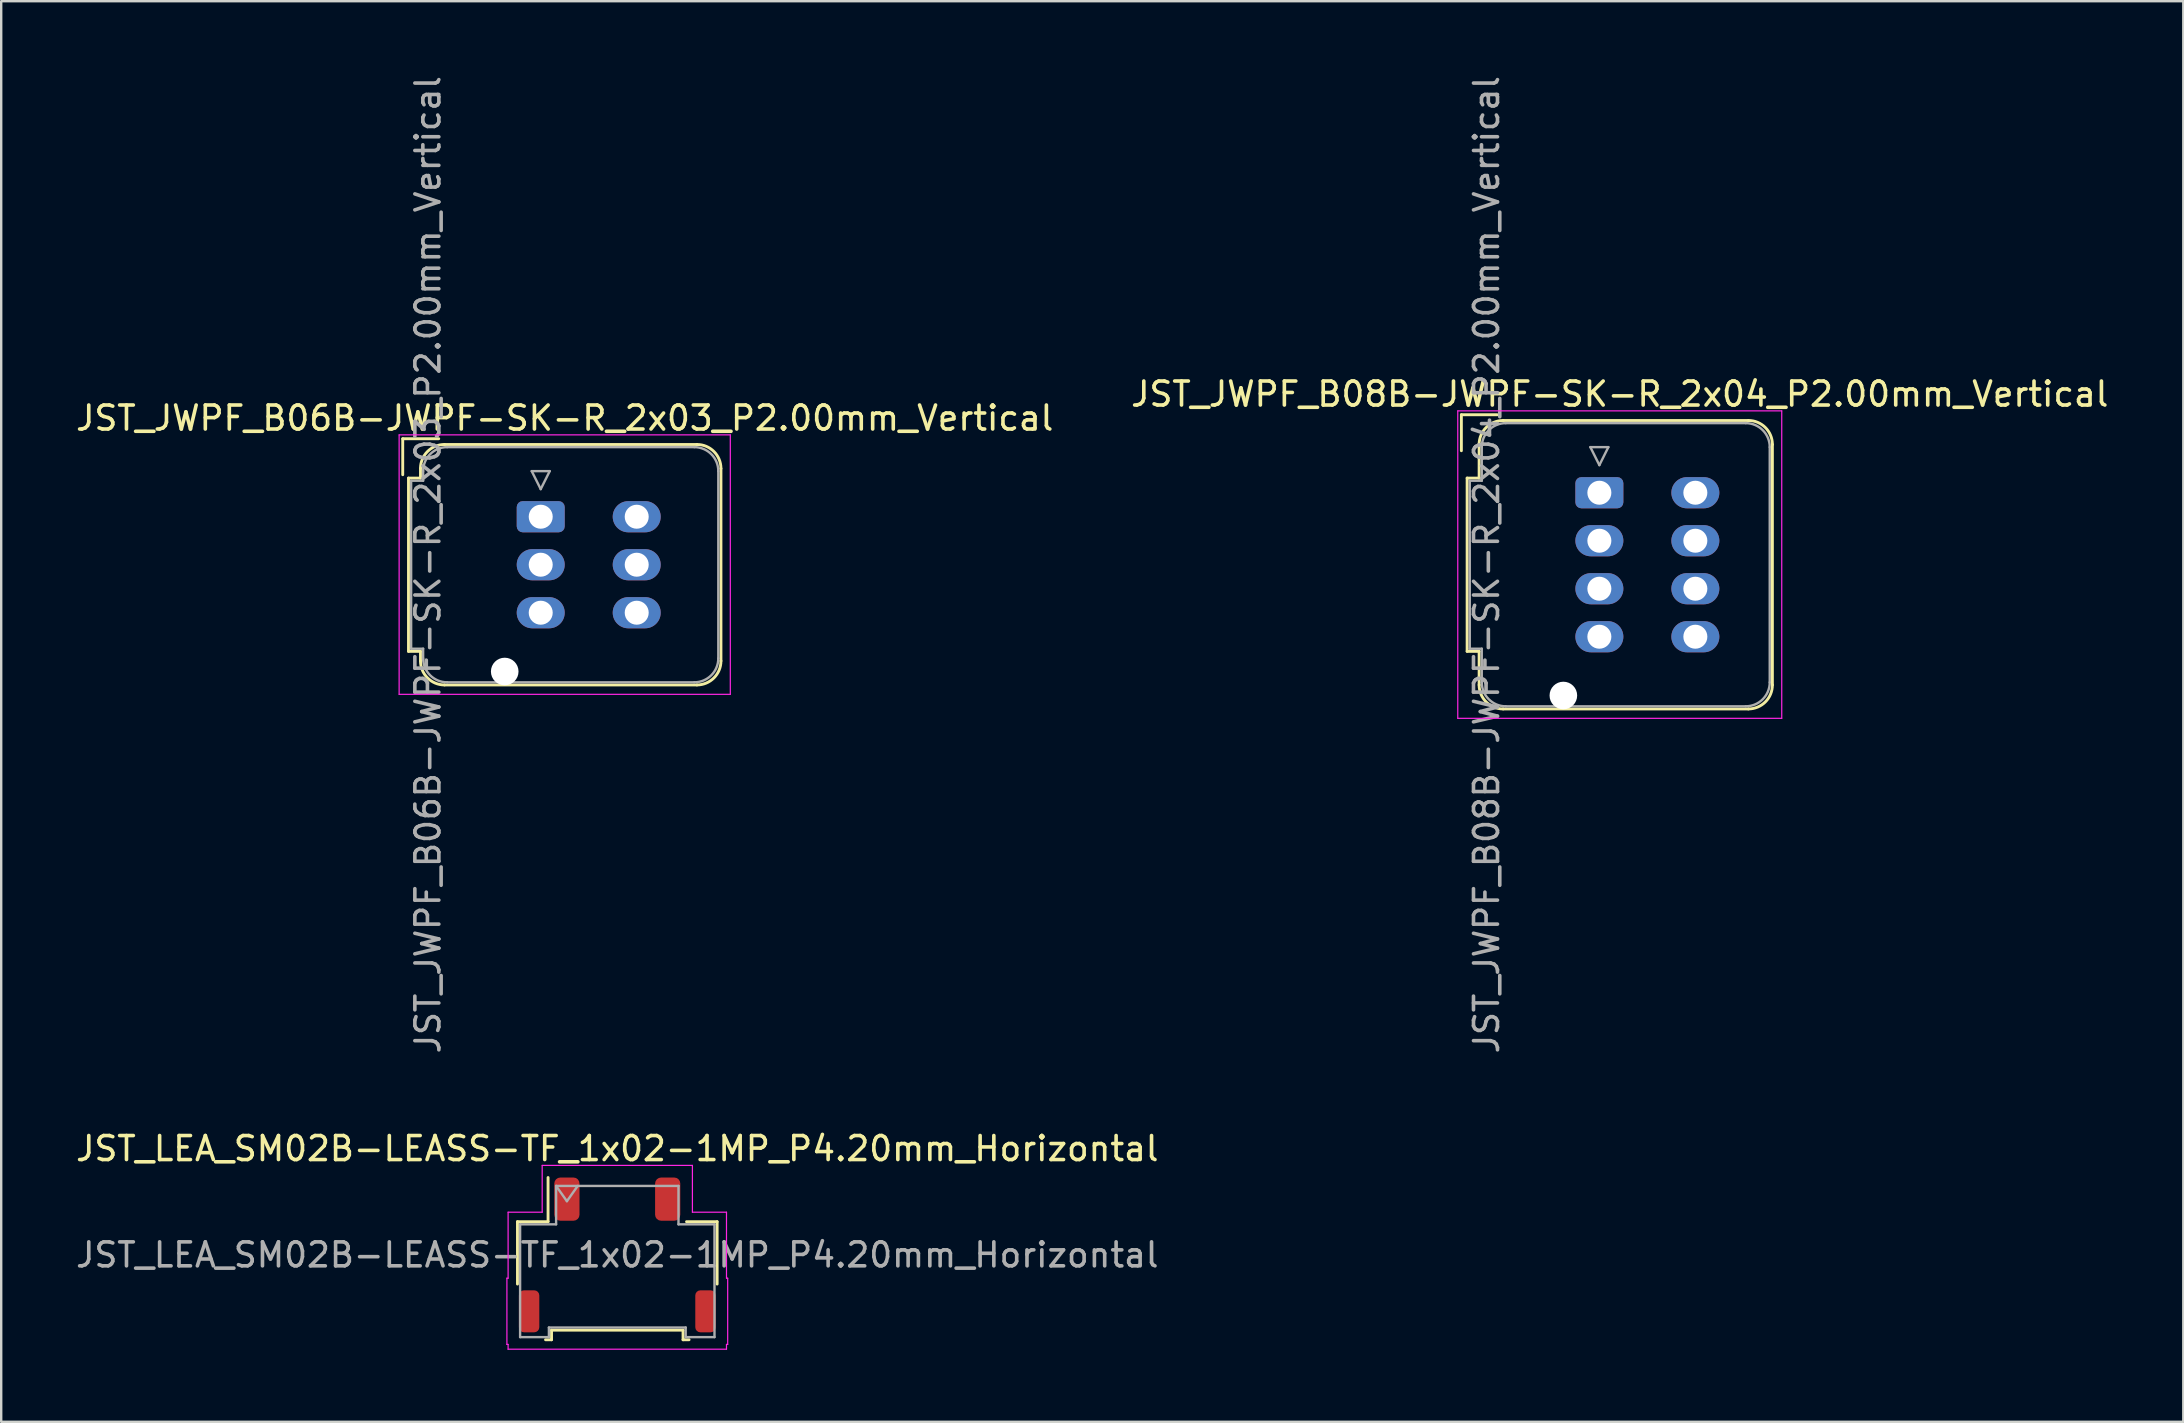
<source format=kicad_pcb>
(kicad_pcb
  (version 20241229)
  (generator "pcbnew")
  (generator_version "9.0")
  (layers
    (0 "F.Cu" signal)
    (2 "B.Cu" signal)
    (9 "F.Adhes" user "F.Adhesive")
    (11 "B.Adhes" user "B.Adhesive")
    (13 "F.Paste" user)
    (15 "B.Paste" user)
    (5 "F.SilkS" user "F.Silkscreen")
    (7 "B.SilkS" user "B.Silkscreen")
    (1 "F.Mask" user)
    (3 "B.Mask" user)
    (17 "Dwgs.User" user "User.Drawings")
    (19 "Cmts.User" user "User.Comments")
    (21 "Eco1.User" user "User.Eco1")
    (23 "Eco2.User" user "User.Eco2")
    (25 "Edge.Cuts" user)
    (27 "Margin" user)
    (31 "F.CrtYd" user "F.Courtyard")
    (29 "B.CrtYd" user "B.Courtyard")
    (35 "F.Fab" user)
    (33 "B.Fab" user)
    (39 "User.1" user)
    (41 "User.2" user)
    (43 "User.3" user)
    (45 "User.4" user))
  (footprint "JST_JWPF_B08B-JWPF-SK-R_2x04_P2.00mm_Vertical"
    (layer "F.Cu")
    (at 63.596 17.482)
    (property "Reference" "JST_JWPF_B08B-JWPF-SK-R_2x04_P2.00mm_Vertical" (at 0.85 -4.11 0) (layer "F.SilkS") (effects (font (size 1 1) (thickness 0.15))))
    (attr through_hole)
    (fp_line (start -5.75 -3.25) (end -4.25 -3.25) (stroke (width 0.12) (type solid)) (layer "F.SilkS"))
    (fp_line (start -5.75 -1.75) (end -5.75 -3.25) (stroke (width 0.12) (type solid)) (layer "F.SilkS"))
    (fp_line (start -5.51 -0.61) (end -5.51 6.61) (stroke (width 0.12) (type solid)) (layer "F.SilkS"))
    (fp_line (start -5.51 6.61) (end -5.01 6.61) (stroke (width 0.12) (type solid)) (layer "F.SilkS"))
    (fp_line (start -5.01 -2.01) (end -5.01 -0.61) (stroke (width 0.12) (type solid)) (layer "F.SilkS"))
    (fp_line (start -5.01 -0.61) (end -5.51 -0.61) (stroke (width 0.12) (type solid)) (layer "F.SilkS"))
    (fp_line (start -5.01 6.61) (end -5.01 8.01) (stroke (width 0.12) (type solid)) (layer "F.SilkS"))
    (fp_line (start -4.01 -3.01) (end 6.21 -3.01) (stroke (width 0.12) (type solid)) (layer "F.SilkS"))
    (fp_line (start -4.01 9.01) (end 6.21 9.01) (stroke (width 0.12) (type solid)) (layer "F.SilkS"))
    (fp_line (start 7.21 -2.01) (end 7.21 8.01) (stroke (width 0.12) (type solid)) (layer "F.SilkS"))
    (fp_arc (start -5.01 -2.01) (mid -4.717107 -2.717107) (end -4.01 -3.01) (stroke (width 0.12) (type solid)) (layer "F.SilkS"))
    (fp_arc (start -4.01 9.01) (mid -4.717107 8.717107) (end -5.01 8.01) (stroke (width 0.12) (type solid)) (layer "F.SilkS"))
    (fp_arc (start 6.21 -3.01) (mid 6.917107 -2.717107) (end 7.21 -2.01) (stroke (width 0.12) (type solid)) (layer "F.SilkS"))
    (fp_arc (start 7.21 8.01) (mid 6.917107 8.717107) (end 6.21 9.01) (stroke (width 0.12) (type solid)) (layer "F.SilkS"))
    (fp_line (start -5.9 -3.41) (end -5.9 9.4) (stroke (width 0.05) (type solid)) (layer "F.CrtYd"))
    (fp_line (start -5.9 9.4) (end 7.6 9.4) (stroke (width 0.05) (type solid)) (layer "F.CrtYd"))
    (fp_line (start 7.6 -3.41) (end -5.9 -3.41) (stroke (width 0.05) (type solid)) (layer "F.CrtYd"))
    (fp_line (start 7.6 9.4) (end 7.6 -3.41) (stroke (width 0.05) (type solid)) (layer "F.CrtYd"))
    (fp_line (start -5.4 -0.5) (end -5.4 6.5) (stroke (width 0.1) (type solid)) (layer "F.Fab"))
    (fp_line (start -5.4 6.5) (end -4.9 6.5) (stroke (width 0.1) (type solid)) (layer "F.Fab"))
    (fp_line (start -4.9 -1.9) (end -4.9 -0.5) (stroke (width 0.1) (type solid)) (layer "F.Fab"))
    (fp_line (start -4.9 -0.5) (end -5.4 -0.5) (stroke (width 0.1) (type solid)) (layer "F.Fab"))
    (fp_line (start -4.9 6.5) (end -4.9 7.9) (stroke (width 0.1) (type solid)) (layer "F.Fab"))
    (fp_line (start -3.9 -2.9) (end 6.1 -2.9) (stroke (width 0.1) (type solid)) (layer "F.Fab"))
    (fp_line (start -3.9 8.9) (end 6.1 8.9) (stroke (width 0.1) (type solid)) (layer "F.Fab"))
    (fp_line (start -0.375 -1.9) (end 0.375 -1.9) (stroke (width 0.1) (type solid)) (layer "F.Fab"))
    (fp_line (start 0 -1.15) (end -0.375 -1.9) (stroke (width 0.1) (type solid)) (layer "F.Fab"))
    (fp_line (start 0.375 -1.9) (end 0 -1.15) (stroke (width 0.1) (type solid)) (layer "F.Fab"))
    (fp_line (start 7.1 -1.9) (end 7.1 7.9) (stroke (width 0.1) (type solid)) (layer "F.Fab"))
    (fp_arc (start -4.9 -1.9) (mid -4.607107 -2.607107) (end -3.9 -2.9) (stroke (width 0.1) (type solid)) (layer "F.Fab"))
    (fp_arc (start -3.9 8.9) (mid -4.607107 8.607107) (end -4.9 7.9) (stroke (width 0.1) (type solid)) (layer "F.Fab"))
    (fp_arc (start 6.1 -2.9) (mid 6.807107 -2.607107) (end 7.1 -1.9) (stroke (width 0.1) (type solid)) (layer "F.Fab"))
    (fp_arc (start 7.1 7.9) (mid 6.807107 8.607107) (end 6.1 8.9) (stroke (width 0.1) (type solid)) (layer "F.Fab"))
    (fp_text user "${REFERENCE}" (at -4.7 3 90) (layer "F.Fab") (effects (font (size 1 1) (thickness 0.15))))
    (pad "" np_thru_hole circle (at -1.5 8.45) (size 1.15 1.15) (drill 1.15) (layers "*.Cu" "*.Mask"))
    (pad "1" thru_hole roundrect (at 0 0) (size 2 1.3) (drill 1) (layers "*.Cu" "*.Mask") (roundrect_rratio 0.192))
    (pad "2" thru_hole oval (at 0 2) (size 2 1.3) (drill 1) (layers "*.Cu" "*.Mask"))
    (pad "3" thru_hole oval (at 0 4) (size 2 1.3) (drill 1) (layers "*.Cu" "*.Mask"))
    (pad "4" thru_hole oval (at 0 6) (size 2 1.3) (drill 1) (layers "*.Cu" "*.Mask"))
    (pad "5" thru_hole oval (at 4 0) (size 2 1.3) (drill 1) (layers "*.Cu" "*.Mask"))
    (pad "6" thru_hole oval (at 4 2) (size 2 1.3) (drill 1) (layers "*.Cu" "*.Mask"))
    (pad "7" thru_hole oval (at 4 4) (size 2 1.3) (drill 1) (layers "*.Cu" "*.Mask"))
    (pad "8" thru_hole oval (at 4 6) (size 2 1.3) (drill 1) (layers "*.Cu" "*.Mask")))
  (footprint "JST_LEA_SM02B-LEASS-TF_1x02-1MP_P4.20mm_Horizontal"
    (layer "F.Cu")
    (at 22.673 49.243)
    (property "Reference" "JST_LEA_SM02B-LEASS-TF_1x02-1MP_P4.20mm_Horizontal" (at 0 -4.43 0) (layer "F.SilkS") (effects (font (size 1 1) (thickness 0.15))))
    (attr smd)
    (fp_line (start -4.16 -1.385) (end -2.885 -1.385) (stroke (width 0.12) (type solid)) (layer "F.SilkS"))
    (fp_line (start -4.16 1.215) (end -4.16 -1.385) (stroke (width 0.12) (type solid)) (layer "F.SilkS"))
    (fp_line (start -2.99 3.535) (end -2.74 3.535) (stroke (width 0.12) (type solid)) (layer "F.SilkS"))
    (fp_line (start -2.885 -1.385) (end -2.885 -3.225) (stroke (width 0.12) (type solid)) (layer "F.SilkS"))
    (fp_line (start -2.74 3.135) (end 2.74 3.135) (stroke (width 0.12) (type solid)) (layer "F.SilkS"))
    (fp_line (start -2.74 3.535) (end -2.74 3.135) (stroke (width 0.12) (type solid)) (layer "F.SilkS"))
    (fp_line (start 2.74 3.135) (end 2.74 3.535) (stroke (width 0.12) (type solid)) (layer "F.SilkS"))
    (fp_line (start 2.74 3.535) (end 2.99 3.535) (stroke (width 0.12) (type solid)) (layer "F.SilkS"))
    (fp_line (start 4.16 -1.385) (end 2.885 -1.385) (stroke (width 0.12) (type solid)) (layer "F.SilkS"))
    (fp_line (start 4.16 1.215) (end 4.16 -1.385) (stroke (width 0.12) (type solid)) (layer "F.SilkS"))
    (fp_line (start -4.6 0.97) (end -4.55 0.97) (stroke (width 0.05) (type solid)) (layer "F.CrtYd"))
    (fp_line (start -4.6 3.73) (end -4.6 0.97) (stroke (width 0.05) (type solid)) (layer "F.CrtYd"))
    (fp_line (start -4.55 -1.78) (end -3.13 -1.78) (stroke (width 0.05) (type solid)) (layer "F.CrtYd"))
    (fp_line (start -4.55 0.97) (end -4.55 -1.78) (stroke (width 0.05) (type solid)) (layer "F.CrtYd"))
    (fp_line (start -4.55 3.73) (end -4.6 3.73) (stroke (width 0.05) (type solid)) (layer "F.CrtYd"))
    (fp_line (start -4.55 3.93) (end -4.55 3.73) (stroke (width 0.05) (type solid)) (layer "F.CrtYd"))
    (fp_line (start -3.13 -3.73) (end 3.13 -3.73) (stroke (width 0.05) (type solid)) (layer "F.CrtYd"))
    (fp_line (start -3.13 -1.78) (end -3.13 -3.73) (stroke (width 0.05) (type solid)) (layer "F.CrtYd"))
    (fp_line (start 3.13 -3.73) (end 3.13 -1.78) (stroke (width 0.05) (type solid)) (layer "F.CrtYd"))
    (fp_line (start 3.13 -1.78) (end 4.55 -1.78) (stroke (width 0.05) (type solid)) (layer "F.CrtYd"))
    (fp_line (start 4.55 -1.78) (end 4.55 0.97) (stroke (width 0.05) (type solid)) (layer "F.CrtYd"))
    (fp_line (start 4.55 0.97) (end 4.6 0.97) (stroke (width 0.05) (type solid)) (layer "F.CrtYd"))
    (fp_line (start 4.55 3.73) (end 4.55 3.93) (stroke (width 0.05) (type solid)) (layer "F.CrtYd"))
    (fp_line (start 4.55 3.93) (end -4.55 3.93) (stroke (width 0.05) (type solid)) (layer "F.CrtYd"))
    (fp_line (start 4.6 0.97) (end 4.6 3.73) (stroke (width 0.05) (type solid)) (layer "F.CrtYd"))
    (fp_line (start 4.6 3.73) (end 4.55 3.73) (stroke (width 0.05) (type solid)) (layer "F.CrtYd"))
    (fp_line (start -4.05 -1.275) (end -4.05 3.425) (stroke (width 0.1) (type solid)) (layer "F.Fab"))
    (fp_line (start -4.05 -1.275) (end -2.55 -1.275) (stroke (width 0.1) (type solid)) (layer "F.Fab"))
    (fp_line (start -4.05 3.425) (end -2.85 3.425) (stroke (width 0.1) (type solid)) (layer "F.Fab"))
    (fp_line (start -2.85 3.025) (end 2.85 3.025) (stroke (width 0.1) (type solid)) (layer "F.Fab"))
    (fp_line (start -2.85 3.425) (end -2.85 3.025) (stroke (width 0.1) (type solid)) (layer "F.Fab"))
    (fp_line (start -2.55 -2.875) (end -2.1 -2.239) (stroke (width 0.1) (type solid)) (layer "F.Fab"))
    (fp_line (start -2.55 -2.875) (end 2.55 -2.875) (stroke (width 0.1) (type solid)) (layer "F.Fab"))
    (fp_line (start -2.55 -1.275) (end -2.55 -2.875) (stroke (width 0.1) (type solid)) (layer "F.Fab"))
    (fp_line (start -2.1 -2.239) (end -1.65 -2.875) (stroke (width 0.1) (type solid)) (layer "F.Fab"))
    (fp_line (start 2.55 -2.875) (end 2.55 -1.275) (stroke (width 0.1) (type solid)) (layer "F.Fab"))
    (fp_line (start 2.55 -1.275) (end 4.05 -1.275) (stroke (width 0.1) (type solid)) (layer "F.Fab"))
    (fp_line (start 2.85 3.025) (end 2.85 3.425) (stroke (width 0.1) (type solid)) (layer "F.Fab"))
    (fp_line (start 2.85 3.425) (end 4.05 3.425) (stroke (width 0.1) (type solid)) (layer "F.Fab"))
    (fp_line (start 4.05 -1.275) (end 4.05 3.425) (stroke (width 0.1) (type solid)) (layer "F.Fab"))
    (fp_text user "${REFERENCE}" (at 0 0 0) (layer "F.Fab") (effects (font (size 1 1) (thickness 0.15))))
    (pad "1" smd roundrect (at -2.1 -2.325) (size 1.05 1.8) (layers "F.Cu" "F.Mask" "F.Paste") (roundrect_rratio 0.238))
    (pad "2" smd roundrect (at 2.1 -2.325) (size 1.05 1.8) (layers "F.Cu" "F.Mask" "F.Paste") (roundrect_rratio 0.238))
    (pad "MP" smd roundrect (at -3.675 2.35) (size 0.85 1.75) (layers "F.Cu" "F.Mask" "F.Paste") (roundrect_rratio 0.25))
    (pad "MP" smd roundrect (at 3.675 2.35) (size 0.85 1.75) (layers "F.Cu" "F.Mask" "F.Paste") (roundrect_rratio 0.25)))
  (footprint "JST_JWPF_B06B-JWPF-SK-R_2x03_P2.00mm_Vertical"
    (layer "F.Cu")
    (at 19.482 18.482)
    (property "Reference" "JST_JWPF_B06B-JWPF-SK-R_2x03_P2.00mm_Vertical" (at 1 -4.11 0) (layer "F.SilkS") (effects (font (size 1 1) (thickness 0.15))))
    (attr through_hole)
    (fp_line (start -5.75 -3.25) (end -4.25 -3.25) (stroke (width 0.12) (type solid)) (layer "F.SilkS"))
    (fp_line (start -5.75 -1.75) (end -5.75 -3.25) (stroke (width 0.12) (type solid)) (layer "F.SilkS"))
    (fp_line (start -5.51 -1.61) (end -5.51 5.61) (stroke (width 0.12) (type solid)) (layer "F.SilkS"))
    (fp_line (start -5.51 5.61) (end -5.01 5.61) (stroke (width 0.12) (type solid)) (layer "F.SilkS"))
    (fp_line (start -5.01 -2.01) (end -5.01 -1.61) (stroke (width 0.12) (type solid)) (layer "F.SilkS"))
    (fp_line (start -5.01 -1.61) (end -5.51 -1.61) (stroke (width 0.12) (type solid)) (layer "F.SilkS"))
    (fp_line (start -5.01 5.61) (end -5.01 6.01) (stroke (width 0.12) (type solid)) (layer "F.SilkS"))
    (fp_line (start -4.01 -3.01) (end 6.51 -3.01) (stroke (width 0.12) (type solid)) (layer "F.SilkS"))
    (fp_line (start -4.01 7.01) (end 6.51 7.01) (stroke (width 0.12) (type solid)) (layer "F.SilkS"))
    (fp_line (start 7.51 -2.01) (end 7.51 6.01) (stroke (width 0.12) (type solid)) (layer "F.SilkS"))
    (fp_arc (start -5.01 -2.01) (mid -4.717107 -2.717107) (end -4.01 -3.01) (stroke (width 0.12) (type solid)) (layer "F.SilkS"))
    (fp_arc (start -4.01 7.01) (mid -4.717107 6.717107) (end -5.01 6.01) (stroke (width 0.12) (type solid)) (layer "F.SilkS"))
    (fp_arc (start 6.51 -3.01) (mid 7.217107 -2.717107) (end 7.51 -2.01) (stroke (width 0.12) (type solid)) (layer "F.SilkS"))
    (fp_arc (start 7.51 6.01) (mid 7.217107 6.717107) (end 6.51 7.01) (stroke (width 0.12) (type solid)) (layer "F.SilkS"))
    (fp_line (start -5.9 -3.41) (end -5.9 7.4) (stroke (width 0.05) (type solid)) (layer "F.CrtYd"))
    (fp_line (start -5.9 7.4) (end 7.9 7.4) (stroke (width 0.05) (type solid)) (layer "F.CrtYd"))
    (fp_line (start 7.9 -3.41) (end -5.9 -3.41) (stroke (width 0.05) (type solid)) (layer "F.CrtYd"))
    (fp_line (start 7.9 7.4) (end 7.9 -3.41) (stroke (width 0.05) (type solid)) (layer "F.CrtYd"))
    (fp_line (start -5.4 -1.5) (end -5.4 5.5) (stroke (width 0.1) (type solid)) (layer "F.Fab"))
    (fp_line (start -5.4 5.5) (end -4.9 5.5) (stroke (width 0.1) (type solid)) (layer "F.Fab"))
    (fp_line (start -4.9 -1.9) (end -4.9 -1.5) (stroke (width 0.1) (type solid)) (layer "F.Fab"))
    (fp_line (start -4.9 -1.5) (end -5.4 -1.5) (stroke (width 0.1) (type solid)) (layer "F.Fab"))
    (fp_line (start -4.9 5.5) (end -4.9 5.9) (stroke (width 0.1) (type solid)) (layer "F.Fab"))
    (fp_line (start -3.9 -2.9) (end 6.4 -2.9) (stroke (width 0.1) (type solid)) (layer "F.Fab"))
    (fp_line (start -3.9 6.9) (end 6.4 6.9) (stroke (width 0.1) (type solid)) (layer "F.Fab"))
    (fp_line (start -0.375 -1.9) (end 0.375 -1.9) (stroke (width 0.1) (type solid)) (layer "F.Fab"))
    (fp_line (start 0 -1.15) (end -0.375 -1.9) (stroke (width 0.1) (type solid)) (layer "F.Fab"))
    (fp_line (start 0.375 -1.9) (end 0 -1.15) (stroke (width 0.1) (type solid)) (layer "F.Fab"))
    (fp_line (start 7.4 -1.9) (end 7.4 5.9) (stroke (width 0.1) (type solid)) (layer "F.Fab"))
    (fp_arc (start -4.9 -1.9) (mid -4.607107 -2.607107) (end -3.9 -2.9) (stroke (width 0.1) (type solid)) (layer "F.Fab"))
    (fp_arc (start -3.9 6.9) (mid -4.607107 6.607107) (end -4.9 5.9) (stroke (width 0.1) (type solid)) (layer "F.Fab"))
    (fp_arc (start 6.4 -2.9) (mid 7.107107 -2.607107) (end 7.4 -1.9) (stroke (width 0.1) (type solid)) (layer "F.Fab"))
    (fp_arc (start 7.4 5.9) (mid 7.107107 6.607107) (end 6.4 6.9) (stroke (width 0.1) (type solid)) (layer "F.Fab"))
    (fp_text user "${REFERENCE}" (at -4.7 2 90) (layer "F.Fab") (effects (font (size 1 1) (thickness 0.15))))
    (pad "" np_thru_hole circle (at -1.5 6.45) (size 1.15 1.15) (drill 1.15) (layers "*.Cu" "*.Mask"))
    (pad "1" thru_hole roundrect (at 0 0) (size 2 1.3) (drill 1) (layers "*.Cu" "*.Mask") (roundrect_rratio 0.192))
    (pad "2" thru_hole oval (at 0 2) (size 2 1.3) (drill 1) (layers "*.Cu" "*.Mask"))
    (pad "3" thru_hole oval (at 0 4) (size 2 1.3) (drill 1) (layers "*.Cu" "*.Mask"))
    (pad "4" thru_hole oval (at 4 0) (size 2 1.3) (drill 1) (layers "*.Cu" "*.Mask"))
    (pad "5" thru_hole oval (at 4 2) (size 2 1.3) (drill 1) (layers "*.Cu" "*.Mask"))
    (pad "6" thru_hole oval (at 4 4) (size 2 1.3) (drill 1) (layers "*.Cu" "*.Mask")))
  (gr_rect
    (start -3 -3)
    (end 87.929 56.198)
    (stroke (width 0.1) (type default))
    (fill no)
    (layer "Edge.Cuts")))
</source>
